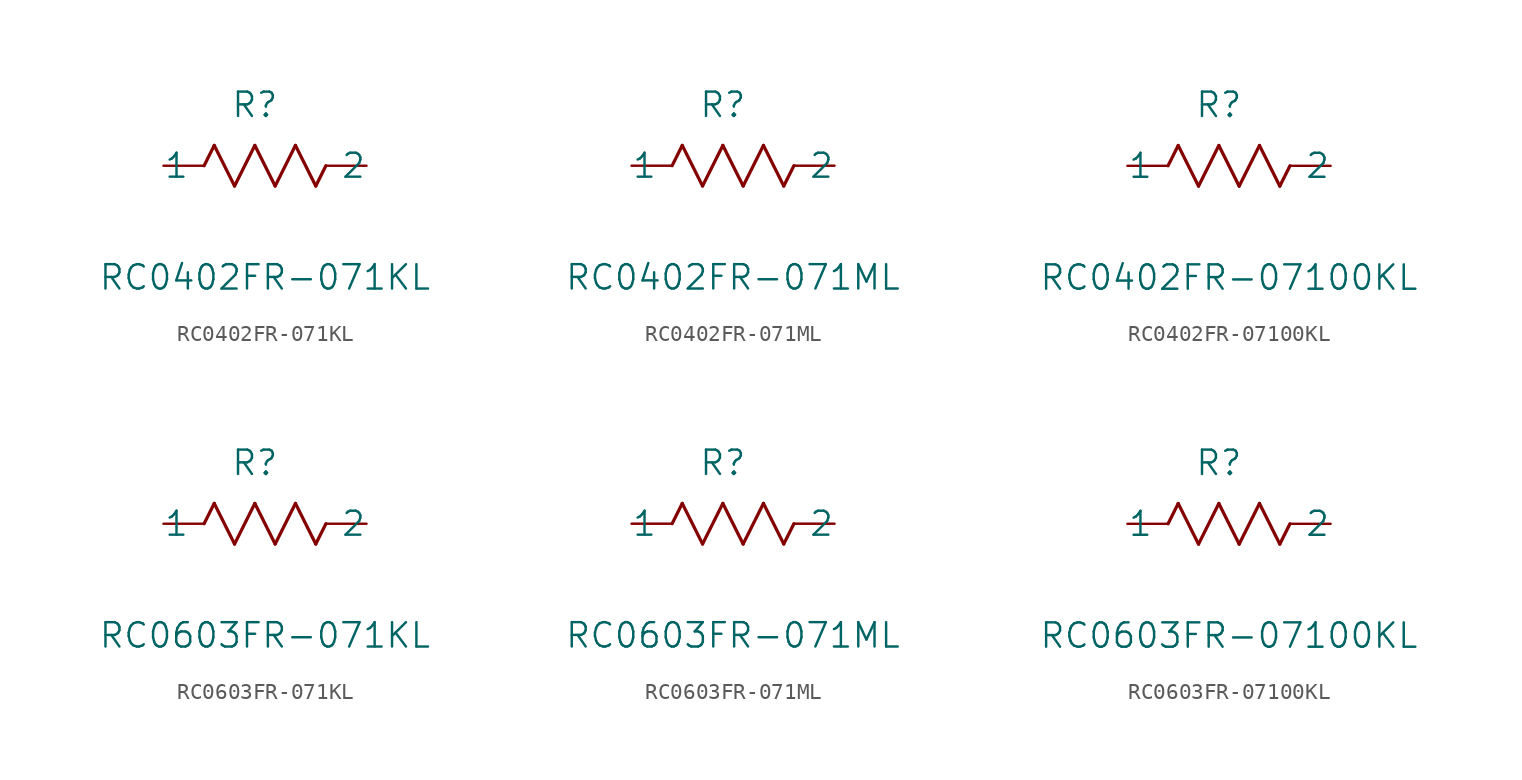
<source format=kicad_sym>
(kicad_symbol_lib
  (version 20211014)
  (generator kicad_symbol_editor)
  (symbol "RC0402FR-071KL"
    (pin_numbers hide)
    (pin_names
      (offset -2.54))
    (property "Reference" "R"
      (at 5.715 3.81 0)
      (effects (font (size 1.524 1.524))))
    (property "Value" "RC0402FR-071KL"
      (at 6.35 -6.985 0)
      (effects (font (size 1.524 1.524))))
    (property "Datasheet" ""
      (at 0 0 0)
      (effects (font (size 1.524 1.524))))
    (symbol "RC0402FR-071KL_1_1"
      (polyline (pts (xy 2.54 0) (xy 3.175 1.27)) (stroke (width 0.203) (type default) (color 0 0 0 0)) (fill (type none)))
      (polyline (pts (xy 3.175 1.27) (xy 4.445 -1.27)) (stroke (width 0.203) (type default) (color 0 0 0 0)) (fill (type none)))
      (polyline (pts (xy 4.445 -1.27) (xy 5.715 1.27)) (stroke (width 0.203) (type default) (color 0 0 0 0)) (fill (type none)))
      (polyline (pts (xy 5.715 1.27) (xy 6.985 -1.27)) (stroke (width 0.203) (type default) (color 0 0 0 0)) (fill (type none)))
      (polyline (pts (xy 6.985 -1.27) (xy 8.255 1.27)) (stroke (width 0.203) (type default) (color 0 0 0 0)) (fill (type none)))
      (polyline (pts (xy 8.255 1.27) (xy 9.525 -1.27)) (stroke (width 0.203) (type default) (color 0 0 0 0)) (fill (type none)))
      (polyline (pts (xy 9.525 -1.27) (xy 10.16 0)) (stroke (width 0.203) (type default) (color 0 0 0 0)) (fill (type none)))
      (pin unspecified line (at 0 0 0) (length 2.54) (name "1" (effects (font (size 1.499 1.499)))) (number "1" (effects (font (size 1.499 1.499)))))
      (pin unspecified line (at 12.7 0 180) (length 2.54) (name "2" (effects (font (size 1.499 1.499)))) (number "2" (effects (font (size 1.499 1.499)))))))
  (symbol "RC0402FR-071ML"
    (pin_numbers hide)
    (pin_names
      (offset -2.54))
    (property "Reference" "R"
      (at 5.715 3.81 0)
      (effects (font (size 1.524 1.524))))
    (property "Value" "RC0402FR-071ML"
      (at 6.35 -6.985 0)
      (effects (font (size 1.524 1.524))))
    (property "Datasheet" ""
      (at 0 0 0)
      (effects (font (size 1.524 1.524))))
    (symbol "RC0402FR-071ML_1_1"
      (polyline (pts (xy 2.54 0) (xy 3.175 1.27)) (stroke (width 0.203) (type default) (color 0 0 0 0)) (fill (type none)))
      (polyline (pts (xy 3.175 1.27) (xy 4.445 -1.27)) (stroke (width 0.203) (type default) (color 0 0 0 0)) (fill (type none)))
      (polyline (pts (xy 4.445 -1.27) (xy 5.715 1.27)) (stroke (width 0.203) (type default) (color 0 0 0 0)) (fill (type none)))
      (polyline (pts (xy 5.715 1.27) (xy 6.985 -1.27)) (stroke (width 0.203) (type default) (color 0 0 0 0)) (fill (type none)))
      (polyline (pts (xy 6.985 -1.27) (xy 8.255 1.27)) (stroke (width 0.203) (type default) (color 0 0 0 0)) (fill (type none)))
      (polyline (pts (xy 8.255 1.27) (xy 9.525 -1.27)) (stroke (width 0.203) (type default) (color 0 0 0 0)) (fill (type none)))
      (polyline (pts (xy 9.525 -1.27) (xy 10.16 0)) (stroke (width 0.203) (type default) (color 0 0 0 0)) (fill (type none)))
      (pin unspecified line (at 0 0 0) (length 2.54) (name "1" (effects (font (size 1.499 1.499)))) (number "1" (effects (font (size 1.499 1.499)))))
      (pin unspecified line (at 12.7 0 180) (length 2.54) (name "2" (effects (font (size 1.499 1.499)))) (number "2" (effects (font (size 1.499 1.499)))))))
  (symbol "RC0402FR-07100KL"
    (pin_numbers hide)
    (pin_names
      (offset -2.54))
    (property "Reference" "R"
      (at 5.715 3.81 0)
      (effects (font (size 1.524 1.524))))
    (property "Value" "RC0402FR-07100KL"
      (at 6.35 -6.985 0)
      (effects (font (size 1.524 1.524))))
    (property "Datasheet" ""
      (at 0 0 0)
      (effects (font (size 1.524 1.524))))
    (symbol "RC0402FR-07100KL_1_1"
      (polyline (pts (xy 2.54 0) (xy 3.175 1.27)) (stroke (width 0.203) (type default) (color 0 0 0 0)) (fill (type none)))
      (polyline (pts (xy 3.175 1.27) (xy 4.445 -1.27)) (stroke (width 0.203) (type default) (color 0 0 0 0)) (fill (type none)))
      (polyline (pts (xy 4.445 -1.27) (xy 5.715 1.27)) (stroke (width 0.203) (type default) (color 0 0 0 0)) (fill (type none)))
      (polyline (pts (xy 5.715 1.27) (xy 6.985 -1.27)) (stroke (width 0.203) (type default) (color 0 0 0 0)) (fill (type none)))
      (polyline (pts (xy 6.985 -1.27) (xy 8.255 1.27)) (stroke (width 0.203) (type default) (color 0 0 0 0)) (fill (type none)))
      (polyline (pts (xy 8.255 1.27) (xy 9.525 -1.27)) (stroke (width 0.203) (type default) (color 0 0 0 0)) (fill (type none)))
      (polyline (pts (xy 9.525 -1.27) (xy 10.16 0)) (stroke (width 0.203) (type default) (color 0 0 0 0)) (fill (type none)))
      (pin unspecified line (at 0 0 0) (length 2.54) (name "1" (effects (font (size 1.499 1.499)))) (number "1" (effects (font (size 1.499 1.499)))))
      (pin unspecified line (at 12.7 0 180) (length 2.54) (name "2" (effects (font (size 1.499 1.499)))) (number "2" (effects (font (size 1.499 1.499)))))))
  (symbol "RC0603FR-071KL"
    (pin_numbers hide)
    (pin_names
      (offset -2.54))
    (property "Reference" "R"
      (at 5.715 3.81 0)
      (effects (font (size 1.524 1.524))))
    (property "Value" "RC0603FR-071KL"
      (at 6.35 -6.985 0)
      (effects (font (size 1.524 1.524))))
    (property "Datasheet" ""
      (at 0 0 0)
      (effects (font (size 1.524 1.524))))
    (symbol "RC0603FR-071KL_1_1"
      (polyline (pts (xy 2.54 0) (xy 3.175 1.27)) (stroke (width 0.203) (type default) (color 0 0 0 0)) (fill (type none)))
      (polyline (pts (xy 3.175 1.27) (xy 4.445 -1.27)) (stroke (width 0.203) (type default) (color 0 0 0 0)) (fill (type none)))
      (polyline (pts (xy 4.445 -1.27) (xy 5.715 1.27)) (stroke (width 0.203) (type default) (color 0 0 0 0)) (fill (type none)))
      (polyline (pts (xy 5.715 1.27) (xy 6.985 -1.27)) (stroke (width 0.203) (type default) (color 0 0 0 0)) (fill (type none)))
      (polyline (pts (xy 6.985 -1.27) (xy 8.255 1.27)) (stroke (width 0.203) (type default) (color 0 0 0 0)) (fill (type none)))
      (polyline (pts (xy 8.255 1.27) (xy 9.525 -1.27)) (stroke (width 0.203) (type default) (color 0 0 0 0)) (fill (type none)))
      (polyline (pts (xy 9.525 -1.27) (xy 10.16 0)) (stroke (width 0.203) (type default) (color 0 0 0 0)) (fill (type none)))
      (pin unspecified line (at 0 0 0) (length 2.54) (name "1" (effects (font (size 1.499 1.499)))) (number "1" (effects (font (size 1.499 1.499)))))
      (pin unspecified line (at 12.7 0 180) (length 2.54) (name "2" (effects (font (size 1.499 1.499)))) (number "2" (effects (font (size 1.499 1.499)))))))
  (symbol "RC0603FR-071ML"
    (pin_numbers hide)
    (pin_names
      (offset -2.54))
    (property "Reference" "R"
      (at 5.715 3.81 0)
      (effects (font (size 1.524 1.524))))
    (property "Value" "RC0603FR-071ML"
      (at 6.35 -6.985 0)
      (effects (font (size 1.524 1.524))))
    (property "Datasheet" ""
      (at 0 0 0)
      (effects (font (size 1.524 1.524))))
    (symbol "RC0603FR-071ML_1_1"
      (polyline (pts (xy 2.54 0) (xy 3.175 1.27)) (stroke (width 0.203) (type default) (color 0 0 0 0)) (fill (type none)))
      (polyline (pts (xy 3.175 1.27) (xy 4.445 -1.27)) (stroke (width 0.203) (type default) (color 0 0 0 0)) (fill (type none)))
      (polyline (pts (xy 4.445 -1.27) (xy 5.715 1.27)) (stroke (width 0.203) (type default) (color 0 0 0 0)) (fill (type none)))
      (polyline (pts (xy 5.715 1.27) (xy 6.985 -1.27)) (stroke (width 0.203) (type default) (color 0 0 0 0)) (fill (type none)))
      (polyline (pts (xy 6.985 -1.27) (xy 8.255 1.27)) (stroke (width 0.203) (type default) (color 0 0 0 0)) (fill (type none)))
      (polyline (pts (xy 8.255 1.27) (xy 9.525 -1.27)) (stroke (width 0.203) (type default) (color 0 0 0 0)) (fill (type none)))
      (polyline (pts (xy 9.525 -1.27) (xy 10.16 0)) (stroke (width 0.203) (type default) (color 0 0 0 0)) (fill (type none)))
      (pin unspecified line (at 0 0 0) (length 2.54) (name "1" (effects (font (size 1.499 1.499)))) (number "1" (effects (font (size 1.499 1.499)))))
      (pin unspecified line (at 12.7 0 180) (length 2.54) (name "2" (effects (font (size 1.499 1.499)))) (number "2" (effects (font (size 1.499 1.499)))))))
  (symbol "RC0603FR-07100KL"
    (pin_numbers hide)
    (pin_names
      (offset -2.54))
    (property "Reference" "R"
      (at 5.715 3.81 0)
      (effects (font (size 1.524 1.524))))
    (property "Value" "RC0603FR-07100KL"
      (at 6.35 -6.985 0)
      (effects (font (size 1.524 1.524))))
    (property "Datasheet" ""
      (at 0 0 0)
      (effects (font (size 1.524 1.524))))
    (symbol "RC0603FR-07100KL_1_1"
      (polyline (pts (xy 2.54 0) (xy 3.175 1.27)) (stroke (width 0.203) (type default) (color 0 0 0 0)) (fill (type none)))
      (polyline (pts (xy 3.175 1.27) (xy 4.445 -1.27)) (stroke (width 0.203) (type default) (color 0 0 0 0)) (fill (type none)))
      (polyline (pts (xy 4.445 -1.27) (xy 5.715 1.27)) (stroke (width 0.203) (type default) (color 0 0 0 0)) (fill (type none)))
      (polyline (pts (xy 5.715 1.27) (xy 6.985 -1.27)) (stroke (width 0.203) (type default) (color 0 0 0 0)) (fill (type none)))
      (polyline (pts (xy 6.985 -1.27) (xy 8.255 1.27)) (stroke (width 0.203) (type default) (color 0 0 0 0)) (fill (type none)))
      (polyline (pts (xy 8.255 1.27) (xy 9.525 -1.27)) (stroke (width 0.203) (type default) (color 0 0 0 0)) (fill (type none)))
      (polyline (pts (xy 9.525 -1.27) (xy 10.16 0)) (stroke (width 0.203) (type default) (color 0 0 0 0)) (fill (type none)))
      (pin unspecified line (at 0 0 0) (length 2.54) (name "1" (effects (font (size 1.499 1.499)))) (number "1" (effects (font (size 1.499 1.499)))))
      (pin unspecified line (at 12.7 0 180) (length 2.54) (name "2" (effects (font (size 1.499 1.499)))) (number "2" (effects (font (size 1.499 1.499))))))))
</source>
